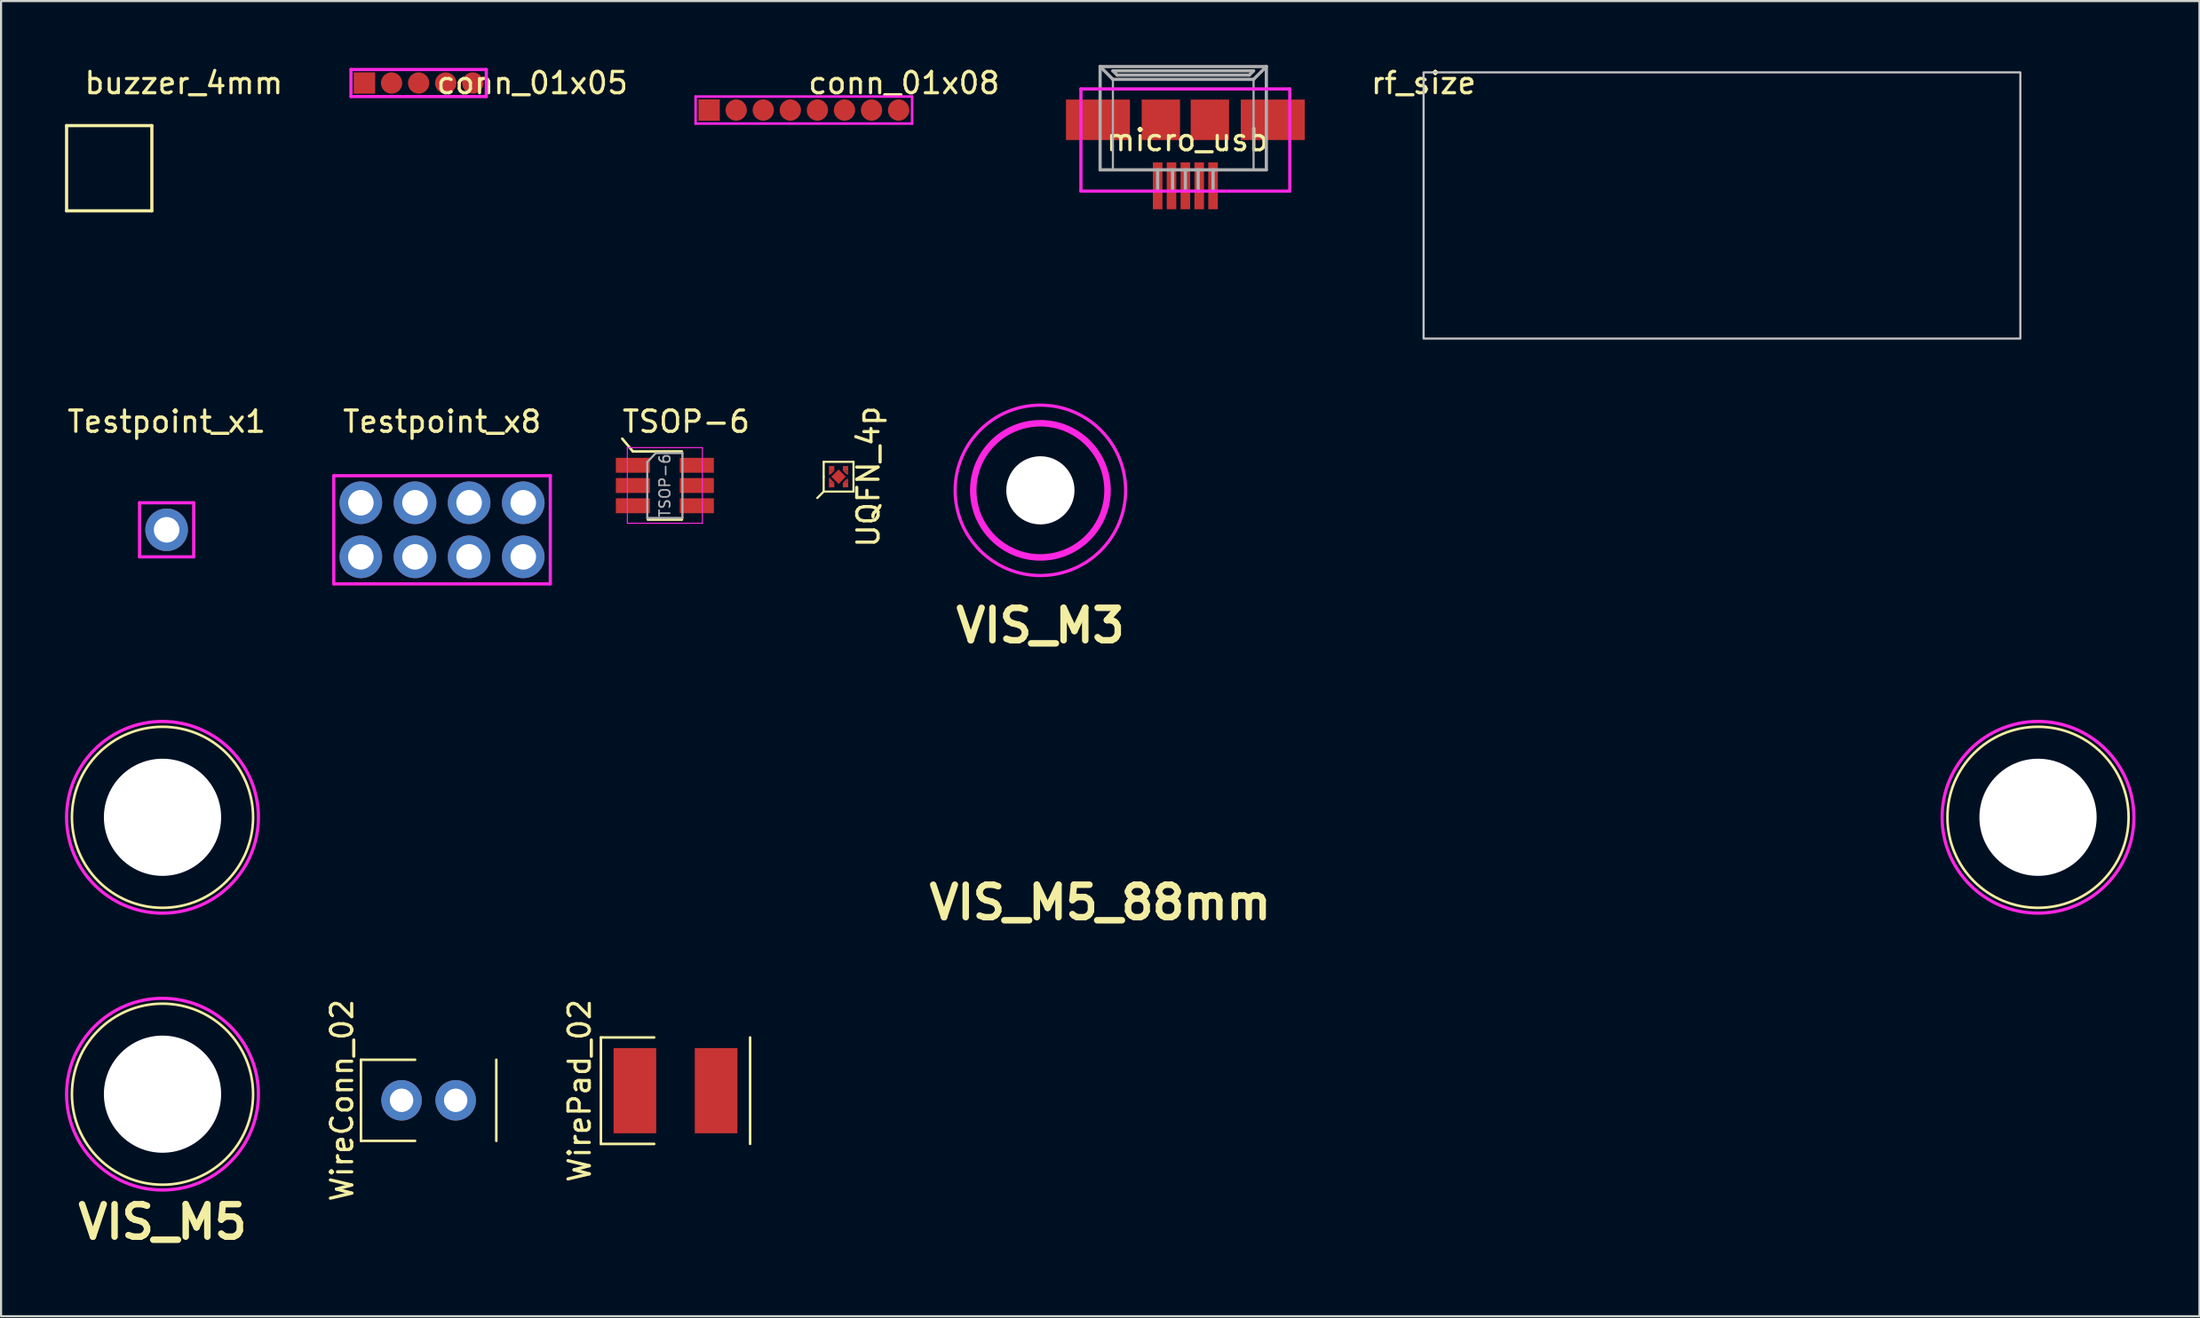
<source format=kicad_pcb>
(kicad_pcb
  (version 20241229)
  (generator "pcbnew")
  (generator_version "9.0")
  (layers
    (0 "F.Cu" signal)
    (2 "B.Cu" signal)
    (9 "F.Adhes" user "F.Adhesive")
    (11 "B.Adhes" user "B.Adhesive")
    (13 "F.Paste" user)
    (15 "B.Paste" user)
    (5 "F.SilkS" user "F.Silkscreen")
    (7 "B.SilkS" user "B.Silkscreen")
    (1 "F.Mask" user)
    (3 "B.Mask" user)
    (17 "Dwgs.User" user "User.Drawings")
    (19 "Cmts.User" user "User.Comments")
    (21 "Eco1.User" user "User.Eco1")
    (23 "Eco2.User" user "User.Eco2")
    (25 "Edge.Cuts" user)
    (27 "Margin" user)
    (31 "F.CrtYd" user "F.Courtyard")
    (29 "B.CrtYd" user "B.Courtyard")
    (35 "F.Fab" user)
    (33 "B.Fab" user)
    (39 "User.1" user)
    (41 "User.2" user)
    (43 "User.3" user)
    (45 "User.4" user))
  (footprint "Testpoint_x1"
    (layer "F.Cu")
    (at 4.768 21.826)
    (property "Reference" "Testpoint_x1" (at 0 -5.08 0) (layer "F.SilkS") (effects (font (size 1 1) (thickness 0.15))))
    (attr through_hole)
    (fp_line (start -1.27 -1.27) (end -1.27 1.27) (stroke (width 0.15) (type solid)) (layer "F.CrtYd"))
    (fp_line (start -1.27 1.27) (end 1.27 1.27) (stroke (width 0.15) (type solid)) (layer "F.CrtYd"))
    (fp_line (start 1.27 -1.27) (end -1.27 -1.27) (stroke (width 0.15) (type solid)) (layer "F.CrtYd"))
    (fp_line (start 1.27 1.27) (end 1.27 -1.27) (stroke (width 0.15) (type solid)) (layer "F.CrtYd"))
    (pad "1" thru_hole circle (at 0 0) (size 2 2) (drill 1.2) (layers "*.Cu" "*.Mask")))
  (footprint "TSOP-6"
    (layer "F.Cu")
    (at 28.146 19.747)
    (property "Reference" "TSOP-6" (at 1 -3 0) (layer "F.SilkS") (effects (font (size 1 1) (thickness 0.15))))
    (attr smd)
    (fp_line (start -1.5 -1.6) (end -2 -2.2) (stroke (width 0.12) (type solid)) (layer "F.SilkS"))
    (fp_line (start -0.8 1.6) (end 0.8 1.6) (stroke (width 0.12) (type solid)) (layer "F.SilkS"))
    (fp_line (start 0.8 -1.6) (end -1.5 -1.6) (stroke (width 0.12) (type solid)) (layer "F.SilkS"))
    (fp_line (start -1.76 -1.78) (end -1.76 1.77) (stroke (width 0.05) (type solid)) (layer "F.CrtYd"))
    (fp_line (start -1.76 -1.78) (end 1.76 -1.78) (stroke (width 0.05) (type solid)) (layer "F.CrtYd"))
    (fp_line (start 1.76 1.77) (end -1.76 1.77) (stroke (width 0.05) (type solid)) (layer "F.CrtYd"))
    (fp_line (start 1.76 1.77) (end 1.76 -1.78) (stroke (width 0.05) (type solid)) (layer "F.CrtYd"))
    (fp_line (start -0.825 -1.1) (end -0.825 1.525) (stroke (width 0.1) (type solid)) (layer "F.Fab"))
    (fp_line (start -0.825 -1.1) (end -0.425 -1.525) (stroke (width 0.1) (type solid)) (layer "F.Fab"))
    (fp_line (start 0.825 -1.525) (end -0.425 -1.525) (stroke (width 0.1) (type solid)) (layer "F.Fab"))
    (fp_line (start 0.825 -1.525) (end 0.825 1.525) (stroke (width 0.1) (type solid)) (layer "F.Fab"))
    (fp_line (start 0.825 1.525) (end -0.825 1.525) (stroke (width 0.1) (type solid)) (layer "F.Fab"))
    (fp_text user "${REFERENCE}" (at 0 0 90) (layer "F.Fab") (effects (font (size 0.5 0.5) (thickness 0.075))))
    (pad "1" smd rect (at -1.5 -0.95) (size 1.6 0.7) (layers "F.Cu" "F.Mask" "F.Paste"))
    (pad "2" smd rect (at -1.5 0) (size 1.6 0.7) (layers "F.Cu" "F.Mask" "F.Paste"))
    (pad "3" smd rect (at -1.5 0.95) (size 1.6 0.7) (layers "F.Cu" "F.Mask" "F.Paste"))
    (pad "4" smd rect (at 1.5 0.95) (size 1.6 0.7) (layers "F.Cu" "F.Mask" "F.Paste"))
    (pad "5" smd rect (at 1.5 0) (size 1.6 0.7) (layers "F.Cu" "F.Mask" "F.Paste"))
    (pad "6" smd rect (at 1.5 -0.95) (size 1.6 0.7) (layers "F.Cu" "F.Mask" "F.Paste")))
  (footprint "UQFN_4p"
    (layer "F.Cu")
    (at 36.297 19.333)
    (property "Reference" "UQFN_4p" (at 1.397 0 90) (layer "F.SilkS") (effects (font (size 1 1) (thickness 0.15))))
    (attr through_hole)
    (fp_line (start -0.7 -0.7) (end 0.7 -0.7) (stroke (width 0.1) (type solid)) (layer "F.SilkS"))
    (fp_line (start -0.7 0) (end -0.7 -0.7) (stroke (width 0.1) (type solid)) (layer "F.SilkS"))
    (fp_line (start -0.7 0.7) (end -1 1) (stroke (width 0.1) (type solid)) (layer "F.SilkS"))
    (fp_line (start -0.7 0.7) (end -0.7 0) (stroke (width 0.1) (type solid)) (layer "F.SilkS"))
    (fp_line (start 0.7 -0.7) (end 0.7 0.7) (stroke (width 0.1) (type solid)) (layer "F.SilkS"))
    (fp_line (start 0.7 0.7) (end -0.7 0.7) (stroke (width 0.1) (type solid)) (layer "F.SilkS"))
    (pad "1" smd trapezoid (at -0.388 0.217 135) (size 0.177 0.177) (rect_delta 0 0.177) (layers "F.Cu" "F.Mask" "F.Paste"))
    (pad "1" smd rect (at -0.325 0.39 180) (size 0.25 0.22) (layers "F.Cu" "F.Mask" "F.Paste"))
    (pad "2" smd rect (at 0.325 0.39 180) (size 0.25 0.22) (layers "F.Cu" "F.Mask" "F.Paste"))
    (pad "2" smd trapezoid (at 0.335 0.235 225) (size 0.127 0.127) (rect_delta 0 0.127) (layers "F.Cu" "F.Mask" "F.Paste"))
    (pad "2" smd rect (at 0.415 0.19 180) (size 0.07 0.18) (layers "F.Cu" "F.Mask" "F.Paste"))
    (pad "3" smd rect (at 0.325 -0.39) (size 0.25 0.22) (layers "F.Cu" "F.Mask" "F.Paste"))
    (pad "3" smd trapezoid (at 0.335 -0.235 315) (size 0.127 0.127) (rect_delta 0 0.127) (layers "F.Cu" "F.Mask" "F.Paste"))
    (pad "3" smd rect (at 0.415 -0.19) (size 0.07 0.18) (layers "F.Cu" "F.Mask" "F.Paste"))
    (pad "4" smd rect (at -0.415 -0.19) (size 0.07 0.18) (layers "F.Cu" "F.Mask" "F.Paste"))
    (pad "4" smd trapezoid (at -0.335 -0.235 45) (size 0.127 0.127) (rect_delta 0 0.127) (layers "F.Cu" "F.Mask" "F.Paste"))
    (pad "4" smd rect (at -0.325 -0.39) (size 0.25 0.22) (layers "F.Cu" "F.Mask" "F.Paste"))
    (pad "5" smd rect (at 0 0 45) (size 0.48 0.48) (layers "F.Cu" "F.Mask" "F.Paste")))
  (footprint "conn_01x08"
    (layer "F.Cu")
    (at 34.033 2.118)
    (property "Reference" "conn_01x08" (at 5.334 -1.27 0) (layer "F.SilkS") (effects (font (size 1 1) (thickness 0.15))))
    (attr through_hole)
    (fp_line (start -4.445 -0.635) (end -4.445 0.635) (stroke (width 0.12) (type solid)) (layer "F.CrtYd"))
    (fp_line (start -4.445 0.635) (end 5.715 0.635) (stroke (width 0.12) (type solid)) (layer "F.CrtYd"))
    (fp_line (start 5.715 -0.635) (end -4.445 -0.635) (stroke (width 0.12) (type solid)) (layer "F.CrtYd"))
    (fp_line (start 5.715 0.635) (end 5.715 -0.635) (stroke (width 0.12) (type solid)) (layer "F.CrtYd"))
    (pad "1" connect rect (at -3.81 0) (size 1 1) (layers "F.Cu" "F.Mask"))
    (pad "2" connect circle (at -2.54 0) (size 1 1) (layers "F.Cu" "F.Mask"))
    (pad "3" connect circle (at -1.27 0) (size 1 1) (layers "F.Cu" "F.Mask"))
    (pad "4" connect circle (at 0 0) (size 1 1) (layers "F.Cu" "F.Mask"))
    (pad "5" connect circle (at 1.27 0) (size 1 1) (layers "F.Cu" "F.Mask"))
    (pad "6" connect circle (at 2.54 0) (size 1 1) (layers "F.Cu" "F.Mask"))
    (pad "7" connect circle (at 3.81 0) (size 1 1) (layers "F.Cu" "F.Mask"))
    (pad "8" connect circle (at 5.08 0) (size 1 1) (layers "F.Cu" "F.Mask")))
  (footprint "rf_size"
    (layer "F.Cu")
    (at 63.746 0.348)
    (property "Reference" "rf_size" (at 0 0.5 0) (layer "F.SilkS") (effects (font (size 1 1) (thickness 0.15))))
    (attr through_hole)
    (fp_poly (pts (xy 28 12.5) (xy 0 12.5) (xy 0 0) (xy 28 0)) (stroke (width 0.1) (type solid)) (fill no) (layer "Dwgs.User")))
  (footprint "WirePad_02"
    (layer "F.Cu")
    (at 28.645 48.162)
    (property "Reference" "WirePad_02" (at -4.5 0 90) (layer "F.SilkS") (effects (font (size 1 1) (thickness 0.15))))
    (attr through_hole)
    (fp_line (start -3.5 -2.5) (end -3.5 2.5) (stroke (width 0.12) (type solid)) (layer "F.SilkS"))
    (fp_line (start -3.5 -2.5) (end -1 -2.5) (stroke (width 0.12) (type solid)) (layer "F.SilkS"))
    (fp_line (start -3.5 2.5) (end -1 2.5) (stroke (width 0.12) (type solid)) (layer "F.SilkS"))
    (fp_line (start 3.5 -2.5) (end 3.5 2.5) (stroke (width 0.12) (type solid)) (layer "F.SilkS"))
    (pad "1" connect rect (at -1.905 0) (size 2 4) (layers "F.Cu" "F.Mask"))
    (pad "2" connect rect (at 1.905 0) (size 2 4) (layers "F.Cu" "F.Mask")))
  (footprint "WireConn_02"
    (layer "F.Cu")
    (at 17.062 48.614)
    (property "Reference" "WireConn_02" (at -4.064 0 90) (layer "F.SilkS") (effects (font (size 1 1) (thickness 0.15))))
    (attr through_hole)
    (fp_line (start -3.175 -1.905) (end -0.635 -1.905) (stroke (width 0.12) (type solid)) (layer "F.SilkS"))
    (fp_line (start -3.175 1.905) (end -3.175 -1.905) (stroke (width 0.12) (type solid)) (layer "F.SilkS"))
    (fp_line (start -3.175 1.905) (end -0.635 1.905) (stroke (width 0.12) (type solid)) (layer "F.SilkS"))
    (fp_line (start 3.175 -1.905) (end 3.175 1.905) (stroke (width 0.12) (type solid)) (layer "F.SilkS"))
    (pad "1" thru_hole circle (at -1.27 0) (size 1.9 1.9) (drill 1.1) (layers "*.Cu" "*.Mask"))
    (pad "2" thru_hole circle (at 1.27 0) (size 1.9 1.9) (drill 1.1) (layers "*.Cu" "*.Mask")))
  (footprint "micro_usb"
    (layer "F.Cu")
    (at 52.568 1.125)
    (property "Reference" "micro_usb" (at 0.091 2.4 0) (layer "F.SilkS") (effects (font (size 1 1) (thickness 0.15))))
    (attr through_hole)
    (fp_line (start -4.9 0) (end 4.9 0) (stroke (width 0.15) (type solid)) (layer "F.CrtYd"))
    (fp_line (start -4.9 4.8) (end -4.9 0) (stroke (width 0.15) (type solid)) (layer "F.CrtYd"))
    (fp_line (start 4.9 0) (end 4.9 4.8) (stroke (width 0.15) (type solid)) (layer "F.CrtYd"))
    (fp_line (start 4.9 4.8) (end -4.9 4.8) (stroke (width 0.15) (type solid)) (layer "F.CrtYd"))
    (fp_line (start -4 -1.05) (end -4 3.8) (stroke (width 0.15) (type solid)) (layer "F.Fab"))
    (fp_line (start -4 -1.05) (end -3.4 -0.45) (stroke (width 0.15) (type solid)) (layer "F.Fab"))
    (fp_line (start -3.4 -0.85) (end 3.2 -0.85) (stroke (width 0.15) (type solid)) (layer "F.Fab"))
    (fp_line (start -3.4 -0.45) (end -3.4 3.8) (stroke (width 0.1) (type solid)) (layer "F.Fab"))
    (fp_line (start -3.4 -0.45) (end 3.2 -0.45) (stroke (width 0.15) (type solid)) (layer "F.Fab"))
    (fp_line (start -3.2 -0.65) (end -3.4 -0.85) (stroke (width 0.15) (type solid)) (layer "F.Fab"))
    (fp_line (start -1.3 3.8) (end -1.3 4.8) (stroke (width 0.15) (type solid)) (layer "F.Fab"))
    (fp_line (start -0.6 3.8) (end -0.6 4.8) (stroke (width 0.15) (type solid)) (layer "F.Fab"))
    (fp_line (start 0 3.8) (end 0 4.8) (stroke (width 0.15) (type solid)) (layer "F.Fab"))
    (fp_line (start 0.6 3.8) (end 0.6 4.8) (stroke (width 0.15) (type solid)) (layer "F.Fab"))
    (fp_line (start 1.3 3.8) (end 1.3 4.8) (stroke (width 0.15) (type solid)) (layer "F.Fab"))
    (fp_line (start 3 -0.65) (end -3.2 -0.65) (stroke (width 0.15) (type solid)) (layer "F.Fab"))
    (fp_line (start 3 -0.65) (end 3.2 -0.85) (stroke (width 0.15) (type solid)) (layer "F.Fab"))
    (fp_line (start 3.2 -0.45) (end 3.2 3.8) (stroke (width 0.1) (type solid)) (layer "F.Fab"))
    (fp_line (start 3.2 -0.45) (end 3.8 -1.05) (stroke (width 0.15) (type solid)) (layer "F.Fab"))
    (fp_line (start 3.8 -1.05) (end -4 -1.05) (stroke (width 0.15) (type solid)) (layer "F.Fab"))
    (fp_line (start 3.8 -1.05) (end 3.8 3.8) (stroke (width 0.15) (type solid)) (layer "F.Fab"))
    (fp_line (start 3.8 3.8) (end -4 3.8) (stroke (width 0.15) (type solid)) (layer "F.Fab"))
    (pad "1" smd rect (at 1.3 4.55) (size 0.45 2.2) (layers "F.Cu" "F.Mask" "F.Paste"))
    (pad "2" smd rect (at 0.65 4.55) (size 0.45 2.2) (layers "F.Cu" "F.Mask" "F.Paste"))
    (pad "3" smd rect (at 0 4.55) (size 0.45 2.2) (layers "F.Cu" "F.Mask" "F.Paste"))
    (pad "4" smd rect (at -0.65 4.55) (size 0.45 2.2) (layers "F.Cu" "F.Mask" "F.Paste"))
    (pad "5" smd rect (at -1.3 4.55) (size 0.45 2.2) (layers "F.Cu" "F.Mask" "F.Paste"))
    (pad "6" smd rect (at -4.1 1.45) (size 3 1.9) (layers "F.Cu" "F.Mask" "F.Paste"))
    (pad "6" smd rect (at -1.15 1.45) (size 1.8 1.9) (layers "F.Cu" "F.Mask" "F.Paste"))
    (pad "6" smd rect (at 1.15 1.45) (size 1.8 1.9) (layers "F.Cu" "F.Mask" "F.Paste"))
    (pad "6" smd rect (at 4.1 1.45) (size 3 1.9) (layers "F.Cu" "F.Mask" "F.Paste")))
  (footprint "Testpoint_x8"
    (layer "F.Cu")
    (at 17.691 21.826)
    (property "Reference" "Testpoint_x8" (at 0 -5.08 0) (layer "F.SilkS") (effects (font (size 1 1) (thickness 0.15))))
    (attr through_hole)
    (fp_line (start -5.08 -2.54) (end -5.08 2.54) (stroke (width 0.15) (type solid)) (layer "F.CrtYd"))
    (fp_line (start -5.08 2.54) (end 5.08 2.54) (stroke (width 0.15) (type solid)) (layer "F.CrtYd"))
    (fp_line (start 5.08 -2.54) (end -5.08 -2.54) (stroke (width 0.15) (type solid)) (layer "F.CrtYd"))
    (fp_line (start 5.08 2.54) (end 5.08 -2.54) (stroke (width 0.15) (type solid)) (layer "F.CrtYd"))
    (pad "1" thru_hole circle (at -3.81 -1.27) (size 2 2) (drill 1.2) (layers "*.Cu" "*.Mask"))
    (pad "1" thru_hole circle (at -3.81 1.27) (size 2 2) (drill 1.2) (layers "*.Cu" "*.Mask"))
    (pad "1" thru_hole circle (at -1.27 -1.27) (size 2 2) (drill 1.2) (layers "*.Cu" "*.Mask"))
    (pad "1" thru_hole circle (at -1.27 1.27) (size 2 2) (drill 1.2) (layers "*.Cu" "*.Mask"))
    (pad "1" thru_hole circle (at 1.27 -1.27) (size 2 2) (drill 1.2) (layers "*.Cu" "*.Mask"))
    (pad "1" thru_hole circle (at 1.27 1.27) (size 2 2) (drill 1.2) (layers "*.Cu" "*.Mask"))
    (pad "1" thru_hole circle (at 3.81 -1.27) (size 2 2) (drill 1.2) (layers "*.Cu" "*.Mask"))
    (pad "1" thru_hole circle (at 3.81 1.27) (size 2 2) (drill 1.2) (layers "*.Cu" "*.Mask")))
  (footprint "VIS_M5_88mm"
    (layer "F.Cu")
    (at 48.575 35.325)
    (property "Reference" "VIS_M5_88mm" (at 0 4 0) (layer "F.SilkS") (effects (font (size 1.524 1.524) (thickness 0.305))))
    (attr through_hole)
    (fp_circle (center -44 0) (end -39.75 0) (stroke (width 0.12) (type solid)) (fill no) (layer "F.SilkS"))
    (fp_circle (center 44 0) (end 48.25 0) (stroke (width 0.12) (type solid)) (fill no) (layer "F.SilkS"))
    (fp_circle (center -44 0) (end -39.5 0) (stroke (width 0.15) (type solid)) (fill no) (layer "F.CrtYd"))
    (fp_circle (center 44 0) (end 48.5 0) (stroke (width 0.15) (type solid)) (fill no) (layer "F.CrtYd"))
    (pad "" np_thru_hole circle (at -44 0) (size 5.5 5.5) (drill 5.5) (layers "*.Cu" "*.Mask"))
    (pad "" np_thru_hole circle (at 44 0) (size 5.5 5.5) (drill 5.5) (layers "*.Cu" "*.Mask")))
  (footprint "VIS_M3"
    (layer "F.Cu")
    (at 45.766 19.973)
    (property "Reference" "VIS_M3" (at 0 6.35 0) (layer "F.SilkS") (effects (font (size 1.524 1.524) (thickness 0.305))))
    (attr through_hole)
    (fp_circle (center 0 0) (end 3.15 0) (stroke (width 0.12) (type solid)) (fill no) (layer "F.SilkS"))
    (fp_circle (center 0 0) (end 3.15 0) (stroke (width 0.305) (type solid)) (fill no) (layer "F.CrtYd"))
    (fp_circle (center 0 0) (end 4 0) (stroke (width 0.15) (type solid)) (fill no) (layer "F.CrtYd"))
    (pad "" np_thru_hole circle (at 0 0) (size 3.2 3.2) (drill 3.2) (layers "*.Cu" "*.Mask")))
  (footprint "VIS_M5"
    (layer "F.Cu")
    (at 4.575 48.326)
    (property "Reference" "VIS_M5" (at 0 6 0) (layer "F.SilkS") (effects (font (size 1.524 1.524) (thickness 0.305))))
    (attr through_hole)
    (fp_circle (center 0 0) (end 4.25 0) (stroke (width 0.12) (type solid)) (fill no) (layer "F.SilkS"))
    (fp_circle (center 0 0) (end 4.5 0) (stroke (width 0.15) (type solid)) (fill no) (layer "F.CrtYd"))
    (pad "" np_thru_hole circle (at 0 0) (size 5.5 5.5) (drill 5.5) (layers "*.Cu" "*.Mask")))
  (footprint "buzzer_4mm"
    (layer "F.Cu")
    (at 2.075 4.848)
    (property "Reference" "buzzer_4mm" (at 3.5 -4 0) (layer "F.SilkS") (effects (font (size 1 1) (thickness 0.15))))
    (attr through_hole)
    (fp_line (start -2 -2) (end -2 2) (stroke (width 0.15) (type solid)) (layer "F.SilkS"))
    (fp_line (start -2 2) (end 2 2) (stroke (width 0.15) (type solid)) (layer "F.SilkS"))
    (fp_line (start 2 -2) (end -2 -2) (stroke (width 0.15) (type solid)) (layer "F.SilkS"))
    (fp_line (start 2 2) (end 2 -2) (stroke (width 0.15) (type solid)) (layer "F.SilkS")))
  (footprint "conn_01x05"
    (layer "F.Cu")
    (at 16.593 0.848)
    (property "Reference" "conn_01x05" (at 5.334 0 0) (layer "F.SilkS") (effects (font (size 1 1) (thickness 0.15))))
    (attr through_hole)
    (fp_line (start -3.175 -0.635) (end -3.175 0.635) (stroke (width 0.15) (type solid)) (layer "F.CrtYd"))
    (fp_line (start -3.175 0.635) (end 3.175 0.635) (stroke (width 0.15) (type solid)) (layer "F.CrtYd"))
    (fp_line (start 3.175 -0.635) (end -3.175 -0.635) (stroke (width 0.15) (type solid)) (layer "F.CrtYd"))
    (fp_line (start 3.175 0.635) (end 3.175 -0.635) (stroke (width 0.15) (type solid)) (layer "F.CrtYd"))
    (pad "1" connect rect (at -2.54 0) (size 1 1) (layers "F.Cu" "F.Mask"))
    (pad "2" connect circle (at -1.27 0) (size 1 1) (layers "F.Cu" "F.Mask"))
    (pad "3" connect circle (at 0 0) (size 1 1) (layers "F.Cu" "F.Mask"))
    (pad "4" connect circle (at 1.27 0) (size 1 1) (layers "F.Cu" "F.Mask"))
    (pad "5" connect circle (at 2.54 0) (size 1 1) (layers "F.Cu" "F.Mask")))
  (gr_rect
    (start -3 -3)
    (end 100.15 58.753)
    (stroke (width 0.1) (type default))
    (fill no)
    (layer "Edge.Cuts")))
</source>
